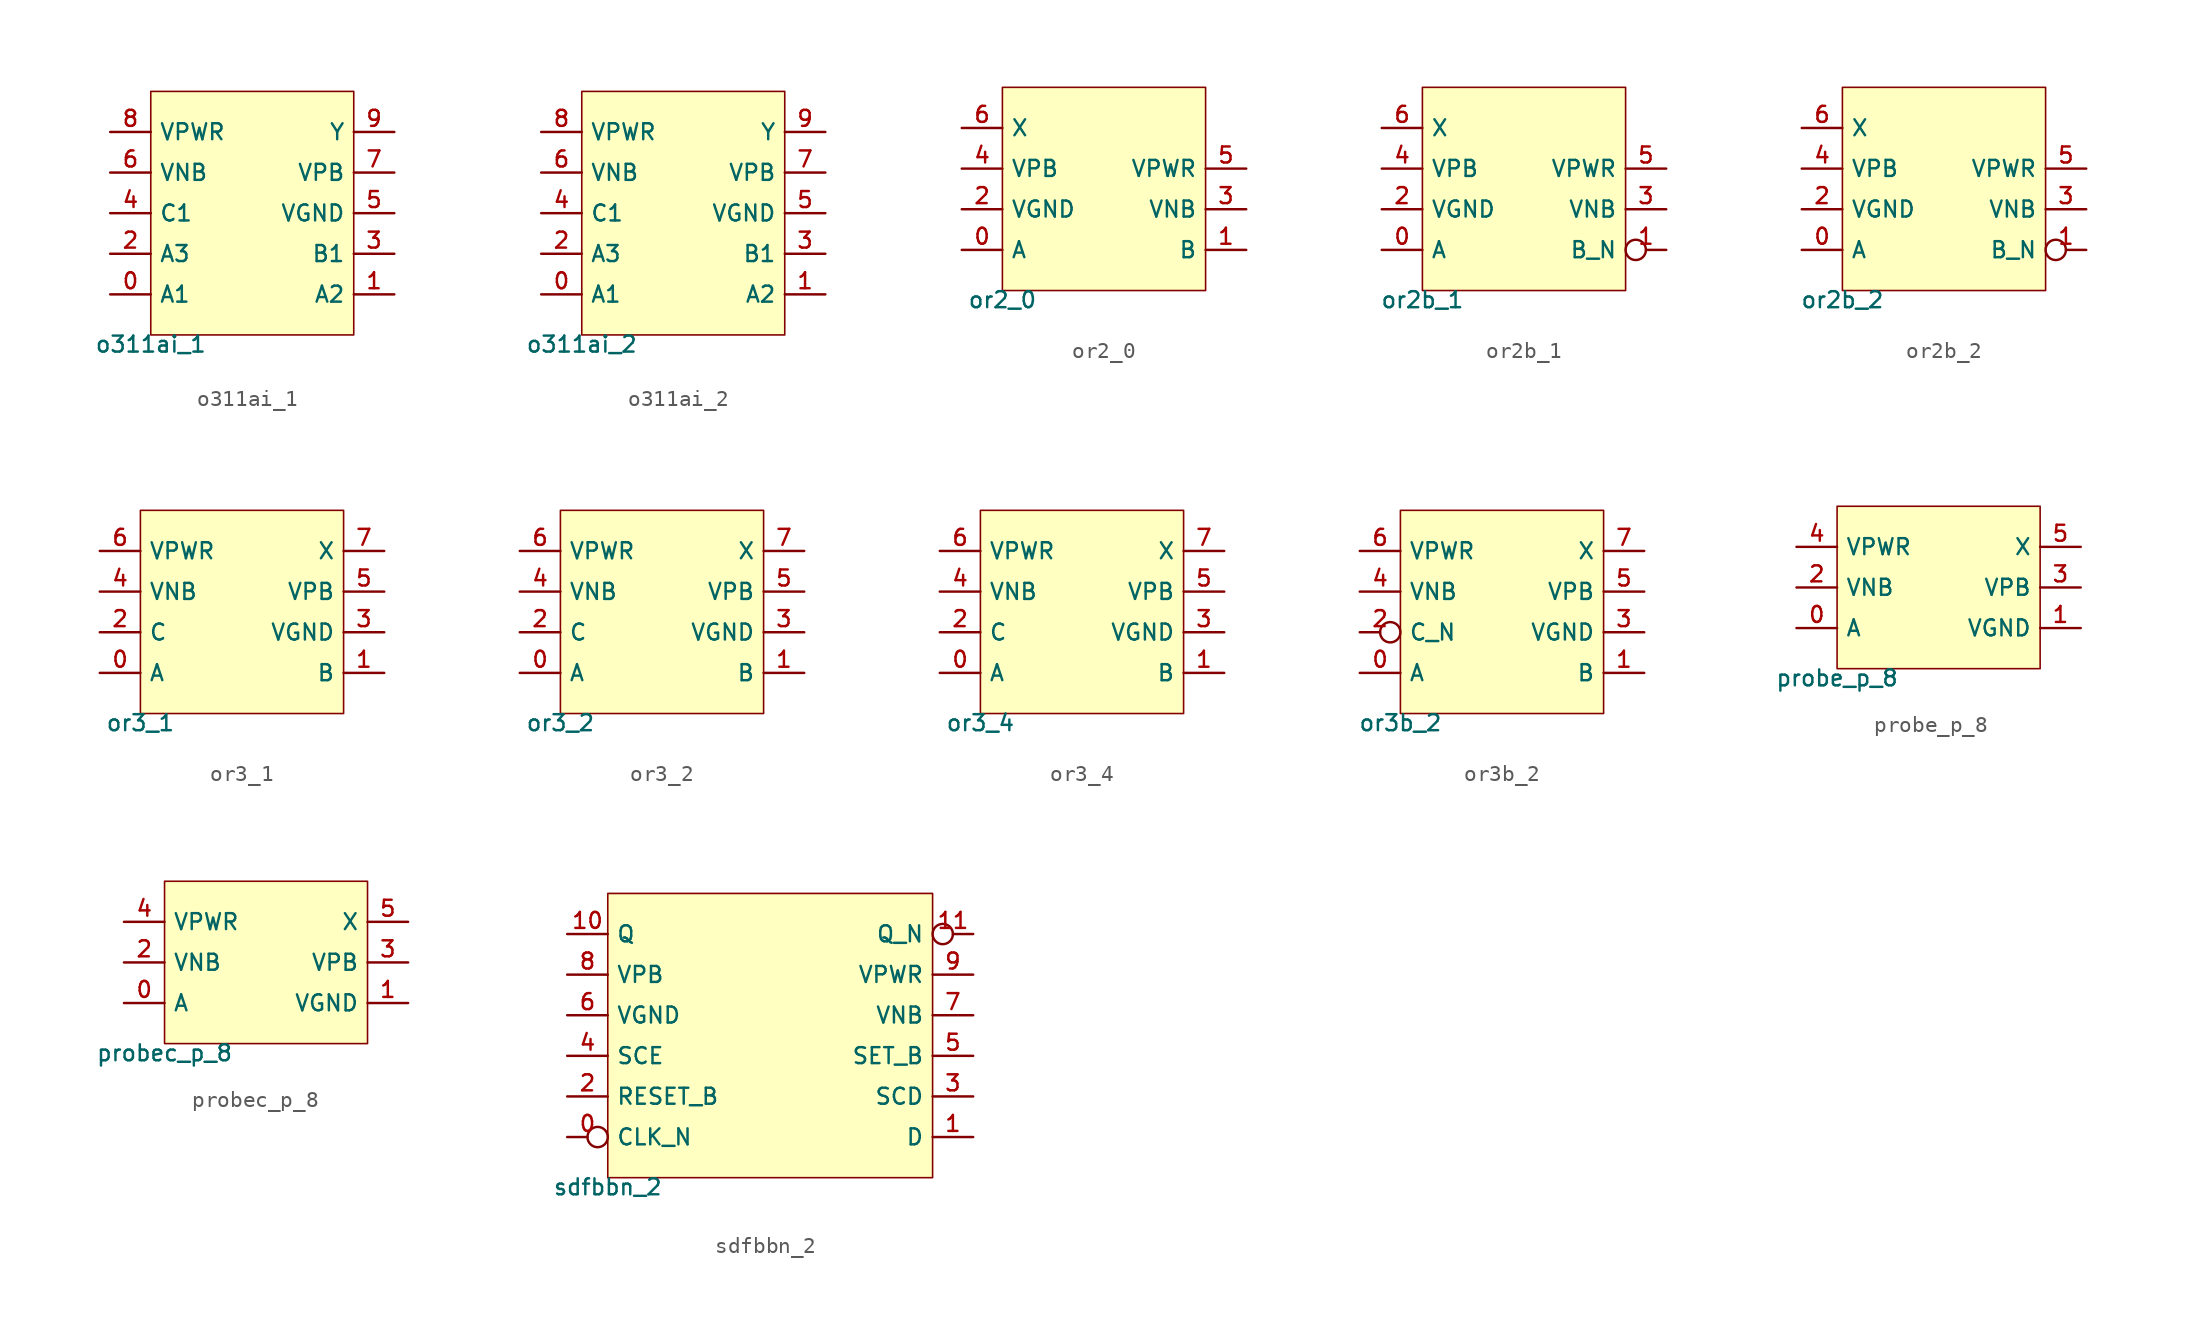
<source format=kicad_sym>
(kicad_symbol_lib
  (version 20211014)
  (generator pdk2kicad)
  (symbol "o311ai_1"
    (property "Reference" "X"
      (at 0 0 0)
      (effects (font (size 1 1)) hide))
    (property "Value" "o311ai_1"
      (at -6.35 -7.62 0)
      (effects (font (size 1 1)) (justify top)))
    (rectangle
      (start -6.35 -7.62)
      (end 6.35 7.62)
      (stroke (width 0.1) (type solid) (color 0 0 0 0))
      (fill (type background)))
    (pin bidirectional line
      (at -8.89 -5.08 0)
      (length 2.54)
      (name "A1" (effects (font (size 1 1)) hide))
      (number "0" (effects (font (size 1 1)) hide)))
    (pin bidirectional line
      (at 8.89 -5.08 180)
      (length 2.54)
      (name "A2" (effects (font (size 1 1)) hide))
      (number "1" (effects (font (size 1 1)) hide)))
    (pin bidirectional line
      (at -8.89 -2.54 0)
      (length 2.54)
      (name "A3" (effects (font (size 1 1)) hide))
      (number "2" (effects (font (size 1 1)) hide)))
    (pin bidirectional line
      (at 8.89 -2.54 180)
      (length 2.54)
      (name "B1" (effects (font (size 1 1)) hide))
      (number "3" (effects (font (size 1 1)) hide)))
    (pin bidirectional line
      (at -8.89 8.881784197001252e-16 0)
      (length 2.54)
      (name "C1" (effects (font (size 1 1)) hide))
      (number "4" (effects (font (size 1 1)) hide)))
    (pin bidirectional line
      (at 8.89 8.881784197001252e-16 180)
      (length 2.54)
      (name "VGND" (effects (font (size 1 1)) hide))
      (number "5" (effects (font (size 1 1)) hide)))
    (pin bidirectional line
      (at -8.89 2.54 0)
      (length 2.54)
      (name "VNB" (effects (font (size 1 1)) hide))
      (number "6" (effects (font (size 1 1)) hide)))
    (pin bidirectional line
      (at 8.89 2.54 180)
      (length 2.54)
      (name "VPB" (effects (font (size 1 1)) hide))
      (number "7" (effects (font (size 1 1)) hide)))
    (pin bidirectional line
      (at -8.89 5.08 0)
      (length 2.54)
      (name "VPWR" (effects (font (size 1 1)) hide))
      (number "8" (effects (font (size 1 1)) hide)))
    (pin bidirectional line
      (at 8.89 5.08 180)
      (length 2.54)
      (name "Y" (effects (font (size 1 1)) hide))
      (number "9" (effects (font (size 1 1)) hide))))
  (symbol "o311ai_2"
    (property "Reference" "X"
      (at 0 0 0)
      (effects (font (size 1 1)) hide))
    (property "Value" "o311ai_2"
      (at -6.35 -7.62 0)
      (effects (font (size 1 1)) (justify top)))
    (rectangle
      (start -6.35 -7.62)
      (end 6.35 7.62)
      (stroke (width 0.1) (type solid) (color 0 0 0 0))
      (fill (type background)))
    (pin bidirectional line
      (at -8.89 -5.08 0)
      (length 2.54)
      (name "A1" (effects (font (size 1 1)) hide))
      (number "0" (effects (font (size 1 1)) hide)))
    (pin bidirectional line
      (at 8.89 -5.08 180)
      (length 2.54)
      (name "A2" (effects (font (size 1 1)) hide))
      (number "1" (effects (font (size 1 1)) hide)))
    (pin bidirectional line
      (at -8.89 -2.54 0)
      (length 2.54)
      (name "A3" (effects (font (size 1 1)) hide))
      (number "2" (effects (font (size 1 1)) hide)))
    (pin bidirectional line
      (at 8.89 -2.54 180)
      (length 2.54)
      (name "B1" (effects (font (size 1 1)) hide))
      (number "3" (effects (font (size 1 1)) hide)))
    (pin bidirectional line
      (at -8.89 8.881784197001252e-16 0)
      (length 2.54)
      (name "C1" (effects (font (size 1 1)) hide))
      (number "4" (effects (font (size 1 1)) hide)))
    (pin bidirectional line
      (at 8.89 8.881784197001252e-16 180)
      (length 2.54)
      (name "VGND" (effects (font (size 1 1)) hide))
      (number "5" (effects (font (size 1 1)) hide)))
    (pin bidirectional line
      (at -8.89 2.54 0)
      (length 2.54)
      (name "VNB" (effects (font (size 1 1)) hide))
      (number "6" (effects (font (size 1 1)) hide)))
    (pin bidirectional line
      (at 8.89 2.54 180)
      (length 2.54)
      (name "VPB" (effects (font (size 1 1)) hide))
      (number "7" (effects (font (size 1 1)) hide)))
    (pin bidirectional line
      (at -8.89 5.08 0)
      (length 2.54)
      (name "VPWR" (effects (font (size 1 1)) hide))
      (number "8" (effects (font (size 1 1)) hide)))
    (pin bidirectional line
      (at 8.89 5.08 180)
      (length 2.54)
      (name "Y" (effects (font (size 1 1)) hide))
      (number "9" (effects (font (size 1 1)) hide))))
  (symbol "or2_0"
    (property "Reference" "X"
      (at 0 0 0)
      (effects (font (size 1 1)) hide))
    (property "Value" "or2_0"
      (at -6.35 -6.35 0)
      (effects (font (size 1 1)) (justify top)))
    (rectangle
      (start -6.35 -6.35)
      (end 6.35 6.35)
      (stroke (width 0.1) (type solid) (color 0 0 0 0))
      (fill (type background)))
    (pin bidirectional line
      (at -8.89 -3.81 0)
      (length 2.54)
      (name "A" (effects (font (size 1 1)) hide))
      (number "0" (effects (font (size 1 1)) hide)))
    (pin bidirectional line
      (at 8.89 -3.81 180)
      (length 2.54)
      (name "B" (effects (font (size 1 1)) hide))
      (number "1" (effects (font (size 1 1)) hide)))
    (pin bidirectional line
      (at -8.89 -1.27 0)
      (length 2.54)
      (name "VGND" (effects (font (size 1 1)) hide))
      (number "2" (effects (font (size 1 1)) hide)))
    (pin bidirectional line
      (at 8.89 -1.27 180)
      (length 2.54)
      (name "VNB" (effects (font (size 1 1)) hide))
      (number "3" (effects (font (size 1 1)) hide)))
    (pin bidirectional line
      (at -8.89 1.27 0)
      (length 2.54)
      (name "VPB" (effects (font (size 1 1)) hide))
      (number "4" (effects (font (size 1 1)) hide)))
    (pin bidirectional line
      (at 8.89 1.27 180)
      (length 2.54)
      (name "VPWR" (effects (font (size 1 1)) hide))
      (number "5" (effects (font (size 1 1)) hide)))
    (pin bidirectional line
      (at -8.89 3.81 0)
      (length 2.54)
      (name "X" (effects (font (size 1 1)) hide))
      (number "6" (effects (font (size 1 1)) hide))))
  (symbol "or2b_1"
    (property "Reference" "X"
      (at 0 0 0)
      (effects (font (size 1 1)) hide))
    (property "Value" "or2b_1"
      (at -6.35 -6.35 0)
      (effects (font (size 1 1)) (justify top)))
    (rectangle
      (start -6.35 -6.35)
      (end 6.35 6.35)
      (stroke (width 0.1) (type solid) (color 0 0 0 0))
      (fill (type background)))
    (pin bidirectional line
      (at -8.89 -3.81 0)
      (length 2.54)
      (name "A" (effects (font (size 1 1)) hide))
      (number "0" (effects (font (size 1 1)) hide)))
    (pin bidirectional inverted
      (at 8.89 -3.81 180)
      (length 2.54)
      (name "B_N" (effects (font (size 1 1)) hide))
      (number "1" (effects (font (size 1 1)) hide)))
    (pin bidirectional line
      (at -8.89 -1.27 0)
      (length 2.54)
      (name "VGND" (effects (font (size 1 1)) hide))
      (number "2" (effects (font (size 1 1)) hide)))
    (pin bidirectional line
      (at 8.89 -1.27 180)
      (length 2.54)
      (name "VNB" (effects (font (size 1 1)) hide))
      (number "3" (effects (font (size 1 1)) hide)))
    (pin bidirectional line
      (at -8.89 1.27 0)
      (length 2.54)
      (name "VPB" (effects (font (size 1 1)) hide))
      (number "4" (effects (font (size 1 1)) hide)))
    (pin bidirectional line
      (at 8.89 1.27 180)
      (length 2.54)
      (name "VPWR" (effects (font (size 1 1)) hide))
      (number "5" (effects (font (size 1 1)) hide)))
    (pin bidirectional line
      (at -8.89 3.81 0)
      (length 2.54)
      (name "X" (effects (font (size 1 1)) hide))
      (number "6" (effects (font (size 1 1)) hide))))
  (symbol "or2b_2"
    (property "Reference" "X"
      (at 0 0 0)
      (effects (font (size 1 1)) hide))
    (property "Value" "or2b_2"
      (at -6.35 -6.35 0)
      (effects (font (size 1 1)) (justify top)))
    (rectangle
      (start -6.35 -6.35)
      (end 6.35 6.35)
      (stroke (width 0.1) (type solid) (color 0 0 0 0))
      (fill (type background)))
    (pin bidirectional line
      (at -8.89 -3.81 0)
      (length 2.54)
      (name "A" (effects (font (size 1 1)) hide))
      (number "0" (effects (font (size 1 1)) hide)))
    (pin bidirectional inverted
      (at 8.89 -3.81 180)
      (length 2.54)
      (name "B_N" (effects (font (size 1 1)) hide))
      (number "1" (effects (font (size 1 1)) hide)))
    (pin bidirectional line
      (at -8.89 -1.27 0)
      (length 2.54)
      (name "VGND" (effects (font (size 1 1)) hide))
      (number "2" (effects (font (size 1 1)) hide)))
    (pin bidirectional line
      (at 8.89 -1.27 180)
      (length 2.54)
      (name "VNB" (effects (font (size 1 1)) hide))
      (number "3" (effects (font (size 1 1)) hide)))
    (pin bidirectional line
      (at -8.89 1.27 0)
      (length 2.54)
      (name "VPB" (effects (font (size 1 1)) hide))
      (number "4" (effects (font (size 1 1)) hide)))
    (pin bidirectional line
      (at 8.89 1.27 180)
      (length 2.54)
      (name "VPWR" (effects (font (size 1 1)) hide))
      (number "5" (effects (font (size 1 1)) hide)))
    (pin bidirectional line
      (at -8.89 3.81 0)
      (length 2.54)
      (name "X" (effects (font (size 1 1)) hide))
      (number "6" (effects (font (size 1 1)) hide))))
  (symbol "or3_1"
    (property "Reference" "X"
      (at 0 0 0)
      (effects (font (size 1 1)) hide))
    (property "Value" "or3_1"
      (at -6.35 -6.35 0)
      (effects (font (size 1 1)) (justify top)))
    (rectangle
      (start -6.35 -6.35)
      (end 6.35 6.35)
      (stroke (width 0.1) (type solid) (color 0 0 0 0))
      (fill (type background)))
    (pin bidirectional line
      (at -8.89 -3.81 0)
      (length 2.54)
      (name "A" (effects (font (size 1 1)) hide))
      (number "0" (effects (font (size 1 1)) hide)))
    (pin bidirectional line
      (at 8.89 -3.81 180)
      (length 2.54)
      (name "B" (effects (font (size 1 1)) hide))
      (number "1" (effects (font (size 1 1)) hide)))
    (pin bidirectional line
      (at -8.89 -1.27 0)
      (length 2.54)
      (name "C" (effects (font (size 1 1)) hide))
      (number "2" (effects (font (size 1 1)) hide)))
    (pin bidirectional line
      (at 8.89 -1.27 180)
      (length 2.54)
      (name "VGND" (effects (font (size 1 1)) hide))
      (number "3" (effects (font (size 1 1)) hide)))
    (pin bidirectional line
      (at -8.89 1.27 0)
      (length 2.54)
      (name "VNB" (effects (font (size 1 1)) hide))
      (number "4" (effects (font (size 1 1)) hide)))
    (pin bidirectional line
      (at 8.89 1.27 180)
      (length 2.54)
      (name "VPB" (effects (font (size 1 1)) hide))
      (number "5" (effects (font (size 1 1)) hide)))
    (pin bidirectional line
      (at -8.89 3.81 0)
      (length 2.54)
      (name "VPWR" (effects (font (size 1 1)) hide))
      (number "6" (effects (font (size 1 1)) hide)))
    (pin bidirectional line
      (at 8.89 3.81 180)
      (length 2.54)
      (name "X" (effects (font (size 1 1)) hide))
      (number "7" (effects (font (size 1 1)) hide))))
  (symbol "or3_2"
    (property "Reference" "X"
      (at 0 0 0)
      (effects (font (size 1 1)) hide))
    (property "Value" "or3_2"
      (at -6.35 -6.35 0)
      (effects (font (size 1 1)) (justify top)))
    (rectangle
      (start -6.35 -6.35)
      (end 6.35 6.35)
      (stroke (width 0.1) (type solid) (color 0 0 0 0))
      (fill (type background)))
    (pin bidirectional line
      (at -8.89 -3.81 0)
      (length 2.54)
      (name "A" (effects (font (size 1 1)) hide))
      (number "0" (effects (font (size 1 1)) hide)))
    (pin bidirectional line
      (at 8.89 -3.81 180)
      (length 2.54)
      (name "B" (effects (font (size 1 1)) hide))
      (number "1" (effects (font (size 1 1)) hide)))
    (pin bidirectional line
      (at -8.89 -1.27 0)
      (length 2.54)
      (name "C" (effects (font (size 1 1)) hide))
      (number "2" (effects (font (size 1 1)) hide)))
    (pin bidirectional line
      (at 8.89 -1.27 180)
      (length 2.54)
      (name "VGND" (effects (font (size 1 1)) hide))
      (number "3" (effects (font (size 1 1)) hide)))
    (pin bidirectional line
      (at -8.89 1.27 0)
      (length 2.54)
      (name "VNB" (effects (font (size 1 1)) hide))
      (number "4" (effects (font (size 1 1)) hide)))
    (pin bidirectional line
      (at 8.89 1.27 180)
      (length 2.54)
      (name "VPB" (effects (font (size 1 1)) hide))
      (number "5" (effects (font (size 1 1)) hide)))
    (pin bidirectional line
      (at -8.89 3.81 0)
      (length 2.54)
      (name "VPWR" (effects (font (size 1 1)) hide))
      (number "6" (effects (font (size 1 1)) hide)))
    (pin bidirectional line
      (at 8.89 3.81 180)
      (length 2.54)
      (name "X" (effects (font (size 1 1)) hide))
      (number "7" (effects (font (size 1 1)) hide))))
  (symbol "or3_4"
    (property "Reference" "X"
      (at 0 0 0)
      (effects (font (size 1 1)) hide))
    (property "Value" "or3_4"
      (at -6.35 -6.35 0)
      (effects (font (size 1 1)) (justify top)))
    (rectangle
      (start -6.35 -6.35)
      (end 6.35 6.35)
      (stroke (width 0.1) (type solid) (color 0 0 0 0))
      (fill (type background)))
    (pin bidirectional line
      (at -8.89 -3.81 0)
      (length 2.54)
      (name "A" (effects (font (size 1 1)) hide))
      (number "0" (effects (font (size 1 1)) hide)))
    (pin bidirectional line
      (at 8.89 -3.81 180)
      (length 2.54)
      (name "B" (effects (font (size 1 1)) hide))
      (number "1" (effects (font (size 1 1)) hide)))
    (pin bidirectional line
      (at -8.89 -1.27 0)
      (length 2.54)
      (name "C" (effects (font (size 1 1)) hide))
      (number "2" (effects (font (size 1 1)) hide)))
    (pin bidirectional line
      (at 8.89 -1.27 180)
      (length 2.54)
      (name "VGND" (effects (font (size 1 1)) hide))
      (number "3" (effects (font (size 1 1)) hide)))
    (pin bidirectional line
      (at -8.89 1.27 0)
      (length 2.54)
      (name "VNB" (effects (font (size 1 1)) hide))
      (number "4" (effects (font (size 1 1)) hide)))
    (pin bidirectional line
      (at 8.89 1.27 180)
      (length 2.54)
      (name "VPB" (effects (font (size 1 1)) hide))
      (number "5" (effects (font (size 1 1)) hide)))
    (pin bidirectional line
      (at -8.89 3.81 0)
      (length 2.54)
      (name "VPWR" (effects (font (size 1 1)) hide))
      (number "6" (effects (font (size 1 1)) hide)))
    (pin bidirectional line
      (at 8.89 3.81 180)
      (length 2.54)
      (name "X" (effects (font (size 1 1)) hide))
      (number "7" (effects (font (size 1 1)) hide))))
  (symbol "or3b_2"
    (property "Reference" "X"
      (at 0 0 0)
      (effects (font (size 1 1)) hide))
    (property "Value" "or3b_2"
      (at -6.35 -6.35 0)
      (effects (font (size 1 1)) (justify top)))
    (rectangle
      (start -6.35 -6.35)
      (end 6.35 6.35)
      (stroke (width 0.1) (type solid) (color 0 0 0 0))
      (fill (type background)))
    (pin bidirectional line
      (at -8.89 -3.81 0)
      (length 2.54)
      (name "A" (effects (font (size 1 1)) hide))
      (number "0" (effects (font (size 1 1)) hide)))
    (pin bidirectional line
      (at 8.89 -3.81 180)
      (length 2.54)
      (name "B" (effects (font (size 1 1)) hide))
      (number "1" (effects (font (size 1 1)) hide)))
    (pin bidirectional inverted
      (at -8.89 -1.27 0)
      (length 2.54)
      (name "C_N" (effects (font (size 1 1)) hide))
      (number "2" (effects (font (size 1 1)) hide)))
    (pin bidirectional line
      (at 8.89 -1.27 180)
      (length 2.54)
      (name "VGND" (effects (font (size 1 1)) hide))
      (number "3" (effects (font (size 1 1)) hide)))
    (pin bidirectional line
      (at -8.89 1.27 0)
      (length 2.54)
      (name "VNB" (effects (font (size 1 1)) hide))
      (number "4" (effects (font (size 1 1)) hide)))
    (pin bidirectional line
      (at 8.89 1.27 180)
      (length 2.54)
      (name "VPB" (effects (font (size 1 1)) hide))
      (number "5" (effects (font (size 1 1)) hide)))
    (pin bidirectional line
      (at -8.89 3.81 0)
      (length 2.54)
      (name "VPWR" (effects (font (size 1 1)) hide))
      (number "6" (effects (font (size 1 1)) hide)))
    (pin bidirectional line
      (at 8.89 3.81 180)
      (length 2.54)
      (name "X" (effects (font (size 1 1)) hide))
      (number "7" (effects (font (size 1 1)) hide))))
  (symbol "probe_p_8"
    (property "Reference" "X"
      (at 0 0 0)
      (effects (font (size 1 1)) hide))
    (property "Value" "probe_p_8"
      (at -6.35 -5.08 0)
      (effects (font (size 1 1)) (justify top)))
    (rectangle
      (start -6.35 -5.08)
      (end 6.35 5.08)
      (stroke (width 0.1) (type solid) (color 0 0 0 0))
      (fill (type background)))
    (pin bidirectional line
      (at -8.89 -2.54 0)
      (length 2.54)
      (name "A" (effects (font (size 1 1)) hide))
      (number "0" (effects (font (size 1 1)) hide)))
    (pin bidirectional line
      (at 8.89 -2.54 180)
      (length 2.54)
      (name "VGND" (effects (font (size 1 1)) hide))
      (number "1" (effects (font (size 1 1)) hide)))
    (pin bidirectional line
      (at -8.89 0.0 0)
      (length 2.54)
      (name "VNB" (effects (font (size 1 1)) hide))
      (number "2" (effects (font (size 1 1)) hide)))
    (pin bidirectional line
      (at 8.89 0.0 180)
      (length 2.54)
      (name "VPB" (effects (font (size 1 1)) hide))
      (number "3" (effects (font (size 1 1)) hide)))
    (pin bidirectional line
      (at -8.89 2.54 0)
      (length 2.54)
      (name "VPWR" (effects (font (size 1 1)) hide))
      (number "4" (effects (font (size 1 1)) hide)))
    (pin bidirectional line
      (at 8.89 2.54 180)
      (length 2.54)
      (name "X" (effects (font (size 1 1)) hide))
      (number "5" (effects (font (size 1 1)) hide))))
  (symbol "probec_p_8"
    (property "Reference" "X"
      (at 0 0 0)
      (effects (font (size 1 1)) hide))
    (property "Value" "probec_p_8"
      (at -6.35 -5.08 0)
      (effects (font (size 1 1)) (justify top)))
    (rectangle
      (start -6.35 -5.08)
      (end 6.35 5.08)
      (stroke (width 0.1) (type solid) (color 0 0 0 0))
      (fill (type background)))
    (pin bidirectional line
      (at -8.89 -2.54 0)
      (length 2.54)
      (name "A" (effects (font (size 1 1)) hide))
      (number "0" (effects (font (size 1 1)) hide)))
    (pin bidirectional line
      (at 8.89 -2.54 180)
      (length 2.54)
      (name "VGND" (effects (font (size 1 1)) hide))
      (number "1" (effects (font (size 1 1)) hide)))
    (pin bidirectional line
      (at -8.89 0.0 0)
      (length 2.54)
      (name "VNB" (effects (font (size 1 1)) hide))
      (number "2" (effects (font (size 1 1)) hide)))
    (pin bidirectional line
      (at 8.89 0.0 180)
      (length 2.54)
      (name "VPB" (effects (font (size 1 1)) hide))
      (number "3" (effects (font (size 1 1)) hide)))
    (pin bidirectional line
      (at -8.89 2.54 0)
      (length 2.54)
      (name "VPWR" (effects (font (size 1 1)) hide))
      (number "4" (effects (font (size 1 1)) hide)))
    (pin bidirectional line
      (at 8.89 2.54 180)
      (length 2.54)
      (name "X" (effects (font (size 1 1)) hide))
      (number "5" (effects (font (size 1 1)) hide))))
  (symbol "sdfbbn_2"
    (property "Reference" "X"
      (at 0 0 0)
      (effects (font (size 1 1)) hide))
    (property "Value" "sdfbbn_2"
      (at -10.16 -8.89 0)
      (effects (font (size 1 1)) (justify top)))
    (rectangle
      (start -10.16 -8.89)
      (end 10.16 8.89)
      (stroke (width 0.1) (type solid) (color 0 0 0 0))
      (fill (type background)))
    (pin bidirectional inverted
      (at -12.7 -6.35 0)
      (length 2.54)
      (name "CLK_N" (effects (font (size 1 1)) hide))
      (number "0" (effects (font (size 1 1)) hide)))
    (pin bidirectional line
      (at 12.7 -6.35 180)
      (length 2.54)
      (name "D" (effects (font (size 1 1)) hide))
      (number "1" (effects (font (size 1 1)) hide)))
    (pin bidirectional line
      (at -12.7 -3.81 0)
      (length 2.54)
      (name "RESET_B" (effects (font (size 1 1)) hide))
      (number "2" (effects (font (size 1 1)) hide)))
    (pin bidirectional line
      (at 12.7 -3.81 180)
      (length 2.54)
      (name "SCD" (effects (font (size 1 1)) hide))
      (number "3" (effects (font (size 1 1)) hide)))
    (pin bidirectional line
      (at -12.7 -1.27 0)
      (length 2.54)
      (name "SCE" (effects (font (size 1 1)) hide))
      (number "4" (effects (font (size 1 1)) hide)))
    (pin bidirectional line
      (at 12.7 -1.27 180)
      (length 2.54)
      (name "SET_B" (effects (font (size 1 1)) hide))
      (number "5" (effects (font (size 1 1)) hide)))
    (pin bidirectional line
      (at -12.7 1.27 0)
      (length 2.54)
      (name "VGND" (effects (font (size 1 1)) hide))
      (number "6" (effects (font (size 1 1)) hide)))
    (pin bidirectional line
      (at 12.7 1.27 180)
      (length 2.54)
      (name "VNB" (effects (font (size 1 1)) hide))
      (number "7" (effects (font (size 1 1)) hide)))
    (pin bidirectional line
      (at -12.7 3.81 0)
      (length 2.54)
      (name "VPB" (effects (font (size 1 1)) hide))
      (number "8" (effects (font (size 1 1)) hide)))
    (pin bidirectional line
      (at 12.7 3.81 180)
      (length 2.54)
      (name "VPWR" (effects (font (size 1 1)) hide))
      (number "9" (effects (font (size 1 1)) hide)))
    (pin bidirectional line
      (at -12.7 6.35 0)
      (length 2.54)
      (name "Q" (effects (font (size 1 1)) hide))
      (number "10" (effects (font (size 1 1)) hide)))
    (pin bidirectional inverted
      (at 12.7 6.35 180)
      (length 2.54)
      (name "Q_N" (effects (font (size 1 1)) hide))
      (number "11" (effects (font (size 1 1)) hide)))))
</source>
